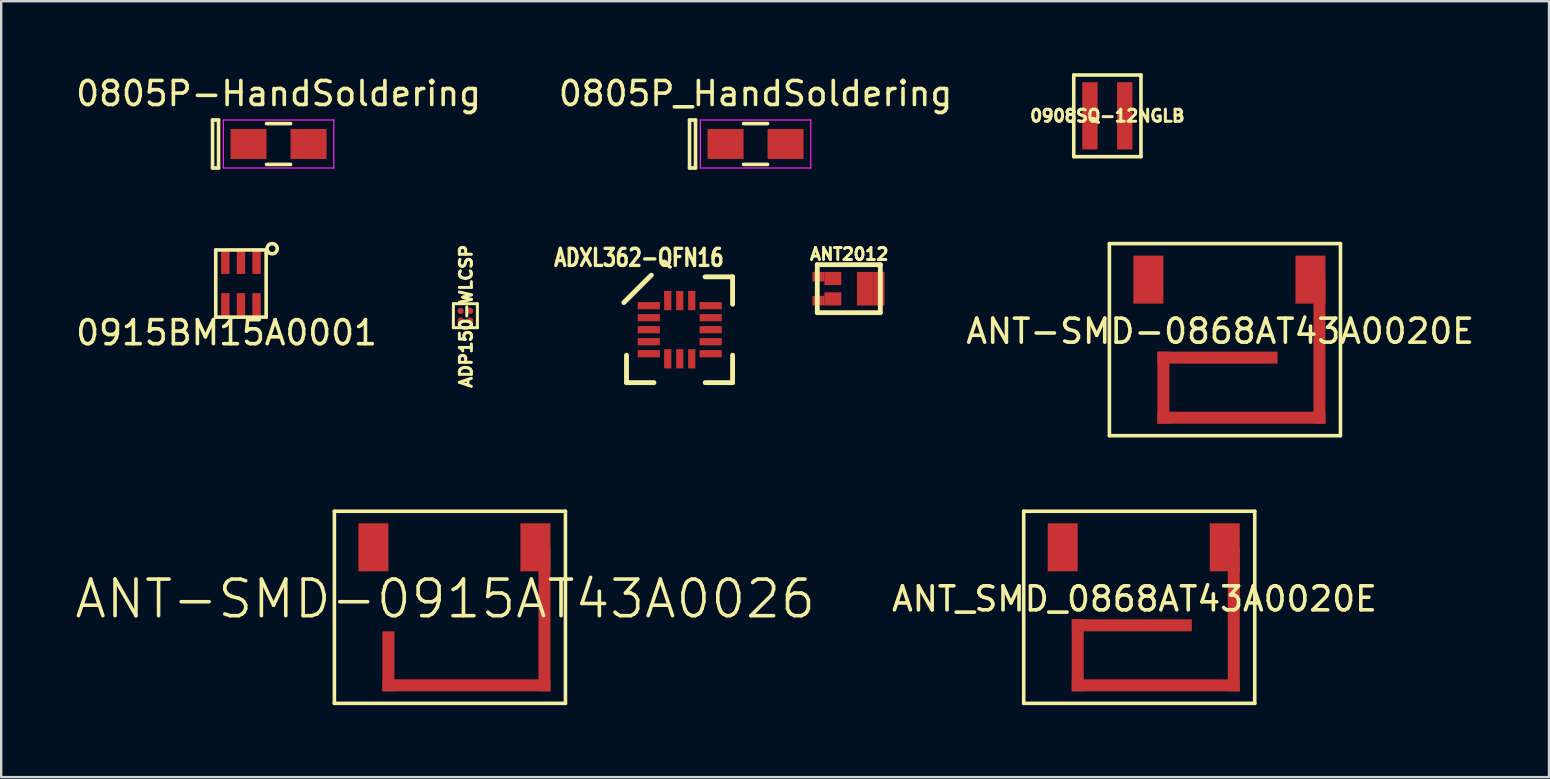
<source format=kicad_pcb>
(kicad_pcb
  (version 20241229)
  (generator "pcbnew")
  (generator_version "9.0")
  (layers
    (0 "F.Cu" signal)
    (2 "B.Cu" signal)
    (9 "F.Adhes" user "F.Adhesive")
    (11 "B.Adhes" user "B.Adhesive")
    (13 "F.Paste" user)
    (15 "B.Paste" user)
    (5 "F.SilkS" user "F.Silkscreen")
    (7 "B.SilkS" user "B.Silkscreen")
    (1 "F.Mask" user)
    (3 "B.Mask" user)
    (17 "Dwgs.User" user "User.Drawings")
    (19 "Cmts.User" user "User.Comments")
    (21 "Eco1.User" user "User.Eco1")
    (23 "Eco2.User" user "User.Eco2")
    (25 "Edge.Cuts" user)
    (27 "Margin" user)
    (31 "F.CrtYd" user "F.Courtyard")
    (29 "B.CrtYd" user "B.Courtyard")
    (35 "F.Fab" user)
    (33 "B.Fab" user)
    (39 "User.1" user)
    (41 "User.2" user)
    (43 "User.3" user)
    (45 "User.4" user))
  (footprint "ADXL362-QFN16"
    (layer "F.Cu")
    (at 25.265 10.684)
    (property "Reference" "ADXL362-QFN16" (at -1.7 -3 0) (layer "F.SilkS") (effects (font (size 0.711 0.559) (thickness 0.14))))
    (attr smd)
    (fp_line (start -2.217 1.062) (end -2.217 2.205) (stroke (width 0.203) (type solid)) (layer "F.SilkS"))
    (fp_line (start -2.217 2.205) (end -1.074 2.205) (stroke (width 0.203) (type solid)) (layer "F.SilkS"))
    (fp_line (start -1.184 -2.273) (end -2.327 -1.13) (stroke (width 0.203) (type solid)) (layer "F.SilkS"))
    (fp_line (start 1.059 2.205) (end 2.202 2.205) (stroke (width 0.203) (type solid)) (layer "F.SilkS"))
    (fp_line (start 2.202 -2.202) (end 1.059 -2.202) (stroke (width 0.203) (type solid)) (layer "F.SilkS"))
    (fp_line (start 2.202 -2.202) (end 2.202 -1.059) (stroke (width 0.203) (type solid)) (layer "F.SilkS"))
    (fp_line (start 2.202 2.205) (end 2.202 1.062) (stroke (width 0.203) (type solid)) (layer "F.SilkS"))
    (pad "1" smd rect (at -1.288 -1 90) (size 0.3 0.925) (layers "F.Cu" "F.Mask" "F.Paste"))
    (pad "2" smd rect (at -1.288 -0.5 90) (size 0.3 0.925) (layers "F.Cu" "F.Mask" "F.Paste"))
    (pad "3" smd rect (at -1.288 0 90) (size 0.3 0.925) (layers "F.Cu" "F.Mask" "F.Paste"))
    (pad "4" smd rect (at -1.288 0.5 90) (size 0.3 0.925) (layers "F.Cu" "F.Mask" "F.Paste"))
    (pad "5" smd rect (at -1.288 1 90) (size 0.3 0.925) (layers "F.Cu" "F.Mask" "F.Paste"))
    (pad "6" smd rect (at -0.5 1.212) (size 0.3 0.8) (layers "F.Cu" "F.Mask" "F.Paste"))
    (pad "7" smd rect (at 0 1.212) (size 0.3 0.8) (layers "F.Cu" "F.Mask" "F.Paste"))
    (pad "8" smd rect (at 0.5 1.212) (size 0.3 0.8) (layers "F.Cu" "F.Mask" "F.Paste"))
    (pad "9" smd rect (at 1.288 1 270) (size 0.3 0.925) (layers "F.Cu" "F.Mask" "F.Paste"))
    (pad "10" smd rect (at 1.288 0.5 270) (size 0.3 0.925) (layers "F.Cu" "F.Mask" "F.Paste"))
    (pad "11" smd rect (at 1.288 0 270) (size 0.3 0.925) (layers "F.Cu" "F.Mask" "F.Paste"))
    (pad "12" smd rect (at 1.288 -0.5 270) (size 0.3 0.925) (layers "F.Cu" "F.Mask" "F.Paste"))
    (pad "13" smd rect (at 1.288 -1 90) (size 0.3 0.925) (layers "F.Cu" "F.Mask" "F.Paste"))
    (pad "14" smd rect (at 0.5 -1.212) (size 0.3 0.8) (layers "F.Cu" "F.Mask" "F.Paste"))
    (pad "15" smd rect (at 0 -1.212) (size 0.3 0.8) (layers "F.Cu" "F.Mask" "F.Paste"))
    (pad "16" smd rect (at -0.5 -1.212) (size 0.3 0.8) (layers "F.Cu" "F.Mask" "F.Paste")))
  (footprint "ANT2012"
    (layer "F.Cu")
    (at 32.32 8.975)
    (property "Reference" "ANT2012" (at 0.005 -1.44 0) (layer "F.SilkS") (effects (font (size 0.5 0.5) (thickness 0.125))))
    (attr smd)
    (fp_line (start -1.325 -1) (end 1.3 -1) (stroke (width 0.2) (type solid)) (layer "F.SilkS"))
    (fp_line (start -1.325 1) (end -1.325 -1) (stroke (width 0.2) (type solid)) (layer "F.SilkS"))
    (fp_line (start 1.3 -1) (end 1.3 1) (stroke (width 0.2) (type solid)) (layer "F.SilkS"))
    (fp_line (start 1.3 1) (end -1.325 1) (stroke (width 0.2) (type solid)) (layer "F.SilkS"))
    (pad "FEED" smd rect (at -1.275 -0.5) (size 0.5 0.4) (layers "F.Cu"))
    (pad "FEED" smd rect (at -0.675 -0.425) (size 0.7 0.55) (layers "F.Cu" "F.Mask" "F.Paste"))
    (pad "GND" smd rect (at -1.275 0.5) (size 0.5 0.4) (layers "F.Cu"))
    (pad "GND" smd rect (at -0.675 0.425) (size 0.7 0.55) (layers "F.Cu" "F.Mask" "F.Paste"))
    (pad "GND" smd rect (at 0.675 0) (size 0.7 1.4) (layers "F.Cu" "F.Mask" "F.Paste"))
    (pad "GND" smd rect (at 1.25 0) (size 0.45 1.4) (layers "F.Cu")))
  (footprint "ANT_SMD_0868AT43A0020E"
    (layer "F.Cu")
    (at 41.218 19.748)
    (property "Reference" "ANT_SMD_0868AT43A0020E" (at 2.99 2.15 180) (layer "F.SilkS") (effects (font (size 1 1) (thickness 0.15))))
    (attr smd)
    (fp_line (start -1.625 -1.5) (end 8 -1.5) (stroke (width 0.15) (type solid)) (layer "F.SilkS"))
    (fp_line (start -1.625 6.5) (end -1.625 -1.5) (stroke (width 0.15) (type solid)) (layer "F.SilkS"))
    (fp_line (start 8 -1.5) (end 8 6.5) (stroke (width 0.15) (type solid)) (layer "F.SilkS"))
    (fp_line (start 8 6.5) (end -1.625 6.5) (stroke (width 0.15) (type solid)) (layer "F.SilkS"))
    (pad "2" smd rect (at 0.625 4.5) (size 0.5 3) (layers "F.Cu"))
    (pad "2" smd rect (at 2.88 3.25) (size 5 0.5) (layers "F.Cu"))
    (pad "2" smd rect (at 3.875 5.75) (size 7 0.5) (layers "F.Cu"))
    (pad "2" smd rect (at 6.75 0) (size 1.25 2) (layers "F.Cu" "F.Mask" "F.Paste"))
    (pad "2" smd rect (at 7.125 3) (size 0.5 6) (layers "F.Cu"))
    (pad "FEED" smd rect (at 0 0) (size 1.25 2) (layers "F.Cu" "F.Mask" "F.Paste")))
  (footprint "ADP150-WLCSP"
    (layer "F.Cu")
    (at 16.336 10.1)
    (property "Reference" "ADP150-WLCSP" (at 0.025 0.025 90) (layer "F.SilkS") (effects (font (size 0.5 0.5) (thickness 0.125))))
    (attr smd)
    (fp_line (start -0.5 -0.5) (end 0.5 -0.5) (stroke (width 0.125) (type solid)) (layer "F.SilkS"))
    (fp_line (start -0.5 0.5) (end -0.5 -0.5) (stroke (width 0.125) (type solid)) (layer "F.SilkS"))
    (fp_line (start 0.5 -0.5) (end 0.5 0.5) (stroke (width 0.125) (type solid)) (layer "F.SilkS"))
    (fp_line (start 0.5 0.5) (end -0.5 0.5) (stroke (width 0.125) (type solid)) (layer "F.SilkS"))
    (pad "1A" smd circle (at -0.2 -0.2) (size 0.26 0.26) (layers "F.Cu" "F.Mask" "F.Paste"))
    (pad "1B" smd circle (at -0.2 0.2) (size 0.26 0.26) (layers "F.Cu" "F.Mask" "F.Paste"))
    (pad "2A" smd circle (at 0.2 -0.2) (size 0.26 0.26) (layers "F.Cu" "F.Mask" "F.Paste"))
    (pad "2B" smd circle (at 0.2 0.2) (size 0.26 0.26) (layers "F.Cu" "F.Mask" "F.Paste")))
  (footprint "0908SQ-12NGLB"
    (layer "F.Cu")
    (at 43.078 1.775)
    (property "Reference" "0908SQ-12NGLB" (at 0 0 0) (layer "F.SilkS") (effects (font (size 0.5 0.5) (thickness 0.125))))
    (attr through_hole)
    (fp_line (start -1.4 -1.7) (end 1.4 -1.7) (stroke (width 0.15) (type solid)) (layer "F.SilkS"))
    (fp_line (start -1.4 1.7) (end -1.4 -1.7) (stroke (width 0.15) (type solid)) (layer "F.SilkS"))
    (fp_line (start 1.4 -1.7) (end 1.4 1.7) (stroke (width 0.15) (type solid)) (layer "F.SilkS"))
    (fp_line (start 1.4 1.7) (end -1.4 1.7) (stroke (width 0.15) (type solid)) (layer "F.SilkS"))
    (pad "1" smd rect (at -0.725 0) (size 0.64 2.8) (layers "F.Cu" "F.Mask" "F.Paste"))
    (pad "2" smd rect (at 0.725 0) (size 0.64 2.8) (layers "F.Cu" "F.Mask" "F.Paste")))
  (footprint "0805P_HandSoldering"
    (layer "F.Cu")
    (at 28.423 2.948)
    (property "Reference" "0805P_HandSoldering" (at 0 -2.1 0) (layer "F.SilkS") (effects (font (size 1 1) (thickness 0.15))))
    (attr smd)
    (fp_line (start -2.75 -1) (end -2.5 -1) (stroke (width 0.15) (type solid)) (layer "F.SilkS"))
    (fp_line (start -2.75 1) (end -2.75 -1) (stroke (width 0.15) (type solid)) (layer "F.SilkS"))
    (fp_line (start -2.5 -1) (end -2.5 1) (stroke (width 0.15) (type solid)) (layer "F.SilkS"))
    (fp_line (start -2.5 1) (end -2.75 1) (stroke (width 0.15) (type solid)) (layer "F.SilkS"))
    (fp_line (start -0.5 0.85) (end 0.5 0.85) (stroke (width 0.15) (type solid)) (layer "F.SilkS"))
    (fp_line (start 0.5 -0.85) (end -0.5 -0.85) (stroke (width 0.15) (type solid)) (layer "F.SilkS"))
    (fp_line (start -2.3 -1) (end -2.3 1) (stroke (width 0.05) (type solid)) (layer "F.CrtYd"))
    (fp_line (start -2.3 -1) (end 2.3 -1) (stroke (width 0.05) (type solid)) (layer "F.CrtYd"))
    (fp_line (start -2.3 1) (end 2.3 1) (stroke (width 0.05) (type solid)) (layer "F.CrtYd"))
    (fp_line (start 2.3 -1) (end 2.3 1) (stroke (width 0.05) (type solid)) (layer "F.CrtYd"))
    (pad "1" smd rect (at -1.25 0) (size 1.5 1.25) (layers "F.Cu" "F.Mask" "F.Paste"))
    (pad "2" smd rect (at 1.25 0) (size 1.5 1.25) (layers "F.Cu" "F.Mask" "F.Paste")))
  (footprint "0805P-HandSoldering"
    (layer "F.Cu")
    (at 8.554 2.948)
    (property "Reference" "0805P-HandSoldering" (at 0 -2.1 0) (layer "F.SilkS") (effects (font (size 1 1) (thickness 0.15))))
    (attr smd)
    (fp_line (start -2.75 -1) (end -2.5 -1) (stroke (width 0.15) (type solid)) (layer "F.SilkS"))
    (fp_line (start -2.75 1) (end -2.75 -1) (stroke (width 0.15) (type solid)) (layer "F.SilkS"))
    (fp_line (start -2.5 -1) (end -2.5 1) (stroke (width 0.15) (type solid)) (layer "F.SilkS"))
    (fp_line (start -2.5 1) (end -2.75 1) (stroke (width 0.15) (type solid)) (layer "F.SilkS"))
    (fp_line (start -0.5 0.85) (end 0.5 0.85) (stroke (width 0.15) (type solid)) (layer "F.SilkS"))
    (fp_line (start 0.5 -0.85) (end -0.5 -0.85) (stroke (width 0.15) (type solid)) (layer "F.SilkS"))
    (fp_line (start -2.3 -1) (end -2.3 1) (stroke (width 0.05) (type solid)) (layer "F.CrtYd"))
    (fp_line (start -2.3 -1) (end 2.3 -1) (stroke (width 0.05) (type solid)) (layer "F.CrtYd"))
    (fp_line (start -2.3 1) (end 2.3 1) (stroke (width 0.05) (type solid)) (layer "F.CrtYd"))
    (fp_line (start 2.3 -1) (end 2.3 1) (stroke (width 0.05) (type solid)) (layer "F.CrtYd"))
    (pad "1" smd rect (at -1.25 0) (size 1.5 1.25) (layers "F.Cu" "F.Mask" "F.Paste"))
    (pad "2" smd rect (at 1.25 0) (size 1.5 1.25) (layers "F.Cu" "F.Mask" "F.Paste")))
  (footprint "0915BM15A0001"
    (layer "F.Cu")
    (at 6.987 8.76)
    (property "Reference" "0915BM15A0001" (at -0.6 2.05 180) (layer "F.SilkS") (effects (font (size 1 1) (thickness 0.15))))
    (attr smd)
    (fp_line (start -1.05 -1.4) (end -1.05 1.4) (stroke (width 0.15) (type solid)) (layer "F.SilkS"))
    (fp_line (start -1.05 -1.4) (end 1.05 -1.4) (stroke (width 0.15) (type solid)) (layer "F.SilkS"))
    (fp_line (start -1.05 1.4) (end 1.05 1.4) (stroke (width 0.15) (type solid)) (layer "F.SilkS"))
    (fp_line (start 1.05 1.4) (end 1.05 -1.35) (stroke (width 0.15) (type solid)) (layer "F.SilkS"))
    (fp_circle (center 1.3 -1.45) (end 1.45 -1.3) (stroke (width 0.15) (type solid)) (fill no) (layer "F.SilkS"))
    (pad "1" smd rect (at 0.65 -0.9) (size 0.35 1) (layers "F.Cu" "F.Mask" "F.Paste"))
    (pad "2" smd rect (at 0 -0.9) (size 0.35 1) (layers "F.Cu" "F.Mask" "F.Paste"))
    (pad "3" smd rect (at -0.65 -0.9) (size 0.35 1) (layers "F.Cu" "F.Mask" "F.Paste"))
    (pad "4" smd rect (at -0.65 0.9) (size 0.35 1) (layers "F.Cu" "F.Mask" "F.Paste"))
    (pad "5" smd rect (at 0 0.9) (size 0.35 1) (layers "F.Cu" "F.Mask" "F.Paste"))
    (pad "6" smd rect (at 0.65 0.9) (size 0.35 1) (layers "F.Cu" "F.Mask" "F.Paste")))
  (footprint "ANT-SMD-0868AT43A0020E"
    (layer "F.Cu")
    (at 44.788 8.598)
    (property "Reference" "ANT-SMD-0868AT43A0020E" (at 2.99 2.15 180) (layer "F.SilkS") (effects (font (size 1 1) (thickness 0.15))))
    (attr smd)
    (fp_line (start -1.625 -1.5) (end 8 -1.5) (stroke (width 0.15) (type solid)) (layer "F.SilkS"))
    (fp_line (start -1.625 6.5) (end -1.625 -1.5) (stroke (width 0.15) (type solid)) (layer "F.SilkS"))
    (fp_line (start 8 -1.5) (end 8 6.5) (stroke (width 0.15) (type solid)) (layer "F.SilkS"))
    (fp_line (start 8 6.5) (end -1.625 6.5) (stroke (width 0.15) (type solid)) (layer "F.SilkS"))
    (pad "2" smd rect (at 0.625 4.5) (size 0.5 3) (layers "F.Cu"))
    (pad "2" smd rect (at 2.88 3.25) (size 5 0.5) (layers "F.Cu"))
    (pad "2" smd rect (at 3.875 5.75) (size 7 0.5) (layers "F.Cu"))
    (pad "2" smd rect (at 6.75 0) (size 1.25 2) (layers "F.Cu" "F.Mask" "F.Paste"))
    (pad "2" smd rect (at 7.125 3) (size 0.5 6) (layers "F.Cu"))
    (pad "FEED" smd rect (at 0 0) (size 1.25 2) (layers "F.Cu" "F.Mask" "F.Paste")))
  (footprint "ANT-SMD-0915AT43A0026"
    (layer "F.Cu")
    (at 12.504 19.748)
    (property "Reference" "ANT-SMD-0915AT43A0026" (at 2.99 2.15 180) (layer "F.SilkS") (effects (font (size 1.524 1.524) (thickness 0.15))))
    (attr smd)
    (fp_line (start -1.625 -1.5) (end 8 -1.5) (stroke (width 0.15) (type solid)) (layer "F.SilkS"))
    (fp_line (start -1.625 6.5) (end -1.625 -1.5) (stroke (width 0.15) (type solid)) (layer "F.SilkS"))
    (fp_line (start 8 -1.5) (end 8 6.5) (stroke (width 0.15) (type solid)) (layer "F.SilkS"))
    (fp_line (start 8 6.5) (end -1.625 6.5) (stroke (width 0.15) (type solid)) (layer "F.SilkS"))
    (pad "2" smd rect (at 0.625 4.75) (size 0.5 2.5) (layers "F.Cu" "F.Mask" "F.Paste"))
    (pad "2" smd rect (at 3.875 5.75) (size 7 0.5) (layers "F.Cu" "F.Mask" "F.Paste"))
    (pad "2" smd rect (at 6.75 0) (size 1.25 2) (layers "F.Cu" "F.Mask" "F.Paste"))
    (pad "2" smd rect (at 7.125 3) (size 0.5 6) (layers "F.Cu" "F.Mask" "F.Paste"))
    (pad "FEED" smd rect (at 0 0) (size 1.25 2) (layers "F.Cu" "F.Mask" "F.Paste")))
  (gr_rect
    (start -3 -3)
    (end 61.475 29.323)
    (stroke (width 0.1) (type default))
    (fill no)
    (layer "Edge.Cuts")))
</source>
